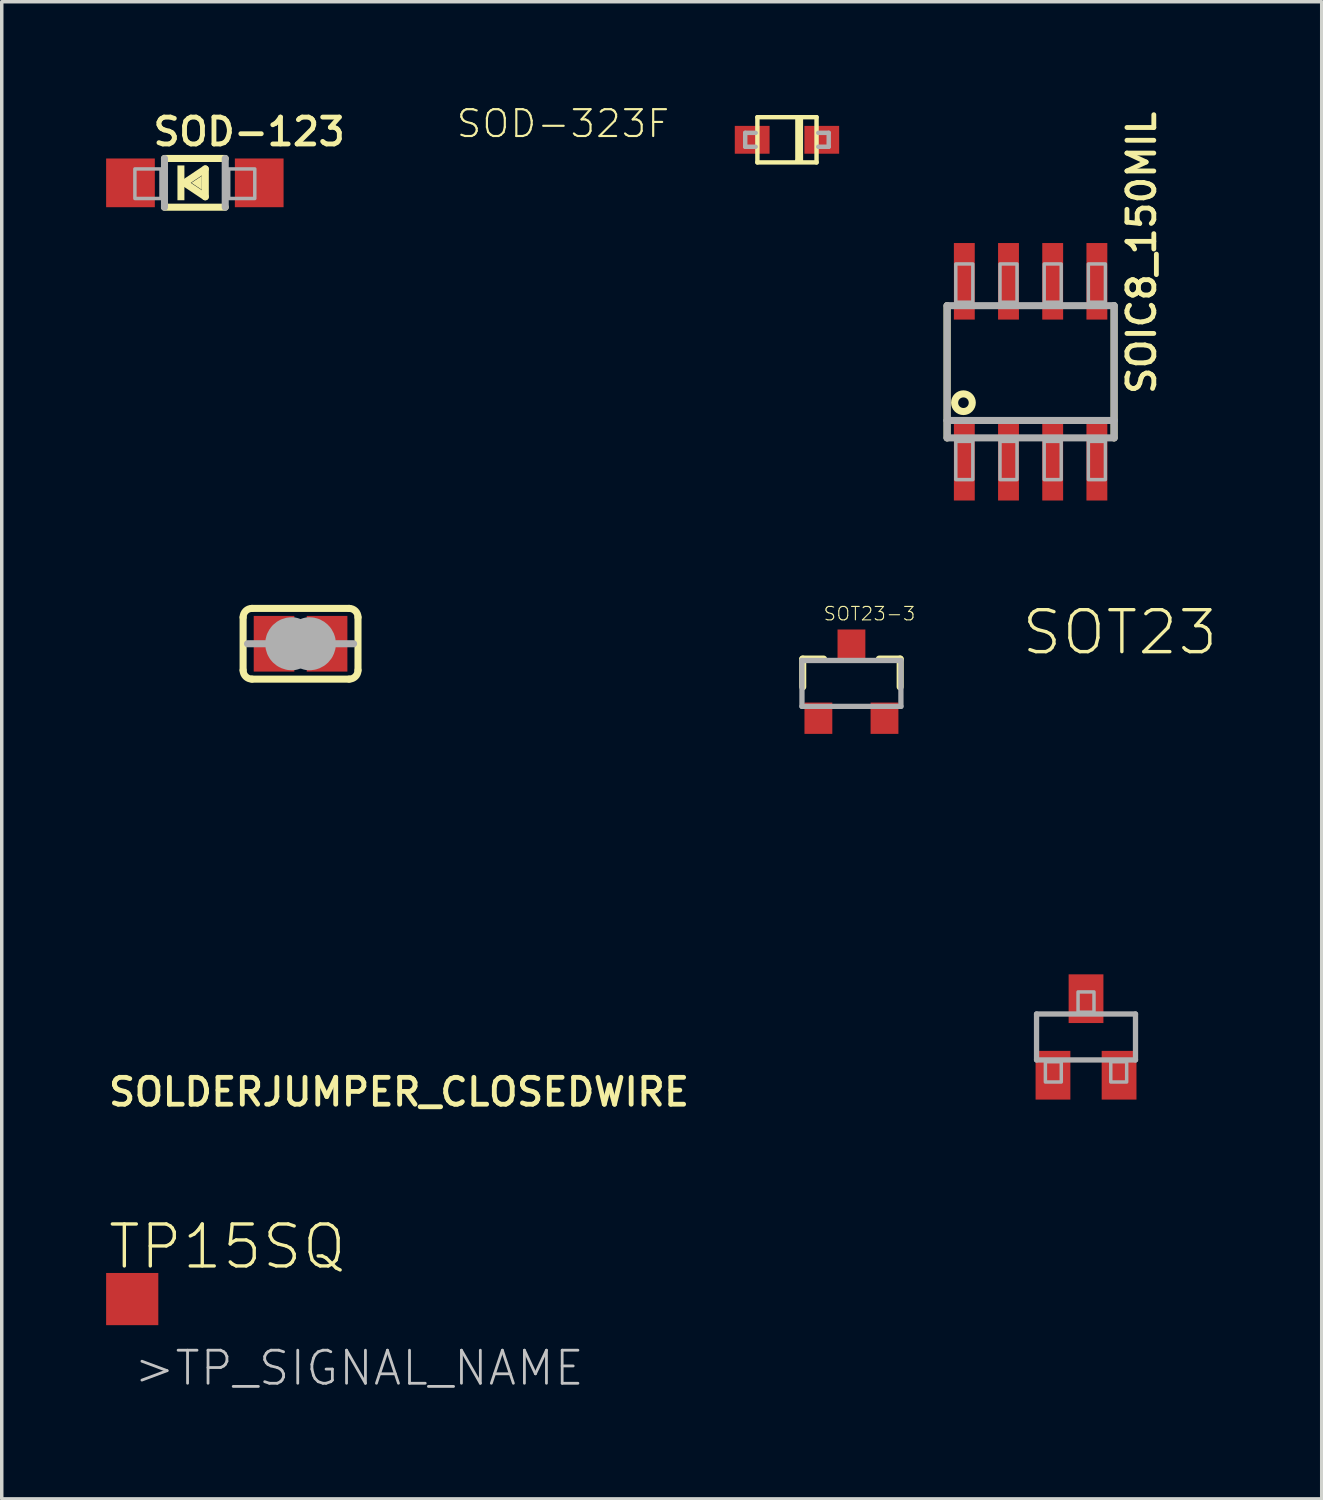
<source format=kicad_pcb>
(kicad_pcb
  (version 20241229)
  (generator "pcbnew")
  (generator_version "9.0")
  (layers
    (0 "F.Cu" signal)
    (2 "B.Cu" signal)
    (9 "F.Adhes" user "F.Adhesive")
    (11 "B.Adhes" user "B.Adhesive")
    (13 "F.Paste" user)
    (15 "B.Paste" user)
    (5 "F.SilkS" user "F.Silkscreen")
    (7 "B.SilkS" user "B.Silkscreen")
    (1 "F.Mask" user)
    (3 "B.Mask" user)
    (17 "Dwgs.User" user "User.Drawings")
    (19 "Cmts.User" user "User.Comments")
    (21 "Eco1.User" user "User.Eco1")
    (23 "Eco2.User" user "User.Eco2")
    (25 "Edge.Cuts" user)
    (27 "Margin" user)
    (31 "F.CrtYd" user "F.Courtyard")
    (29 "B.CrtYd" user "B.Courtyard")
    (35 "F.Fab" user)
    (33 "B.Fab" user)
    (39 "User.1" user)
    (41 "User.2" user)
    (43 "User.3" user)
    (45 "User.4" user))
  (footprint "TP15SQ"
    (layer "F.Cu")
    (at 0.75 34.286)
    (property "Reference" "TP15SQ" (at -0.75 -0.8 0) (layer "F.SilkS") (effects (font (size 1.206 1.206) (thickness 0.097)) (justify left bottom)))
    (attr through_hole)
    (fp_text user ">TP_SIGNAL_NAME" (at 0 2.54 0) (layer "Dwgs.User") (effects (font (size 0.95 0.95) (thickness 0.08)) (justify left bottom)))
    (pad "TP" smd rect (at 0 0) (size 1.5 1.5) (layers "F.Cu" "F.Mask")))
  (footprint "SOLDERJUMPER_CLOSEDWIRE"
    (layer "F.Cu")
    (at 5.588 15.452)
    (property "Reference" "SOLDERJUMPER_CLOSEDWIRE" (at -5.588 13.335 180) (layer "F.SilkS") (effects (font (size 0.772 0.772) (thickness 0.139)) (justify left bottom)))
    (attr through_hole)
    (fp_poly (pts (xy -1.27 -0.762) (xy 1.27 -0.762) (xy 1.27 0.762) (xy -1.27 0.762)) (stroke (width 0) (type solid)) (fill yes) (layer "F.Mask"))
    (fp_line (start -1.651 0.762) (end -1.651 -0.762) (stroke (width 0.203) (type solid)) (layer "F.SilkS"))
    (fp_line (start -1.397 -1.016) (end 1.397 -1.016) (stroke (width 0.203) (type solid)) (layer "F.SilkS"))
    (fp_line (start 1.397 1.016) (end -1.397 1.016) (stroke (width 0.203) (type solid)) (layer "F.SilkS"))
    (fp_line (start 1.651 0.762) (end 1.651 -0.762) (stroke (width 0.203) (type solid)) (layer "F.SilkS"))
    (fp_arc (start -1.651 -0.762) (mid -1.576605 -0.941605) (end -1.397 -1.016) (stroke (width 0.2032) (type solid)) (layer "F.SilkS"))
    (fp_arc (start -1.397 1.016) (mid -1.576605 0.941605) (end -1.651 0.762) (stroke (width 0.2032) (type solid)) (layer "F.SilkS"))
    (fp_arc (start 1.397 -1.016) (mid 1.576605 -0.941605) (end 1.651 -0.762) (stroke (width 0.2032) (type solid)) (layer "F.SilkS"))
    (fp_arc (start 1.651 0.762) (mid 1.576605 0.941605) (end 1.397 1.016) (stroke (width 0.2032) (type solid)) (layer "F.SilkS"))
    (fp_line (start -1.016 0) (end -1.524 0) (stroke (width 0.203) (type solid)) (layer "F.Fab"))
    (fp_line (start 1.016 0) (end 1.524 0) (stroke (width 0.203) (type solid)) (layer "F.Fab"))
    (fp_arc (start -0.254 0.127) (mid -0.381 0) (end -0.254 -0.127) (stroke (width 1.27) (type solid)) (layer "F.Fab"))
    (fp_arc (start 0.254 -0.127) (mid 0.381 0) (end 0.254 0.127) (stroke (width 1.27) (type solid)) (layer "F.Fab"))
    (pad "1" smd rect (at -0.762 0) (size 1.168 1.6) (layers "F.Cu" "F.Mask"))
    (pad "2" smd rect (at 0.762 0) (size 1.168 1.6) (layers "F.Cu" "F.Mask"))
    (pad "WIRE" smd rect (at 0 0 180) (size 0.635 0.203) (layers "F.Cu" "F.Mask")))
  (footprint "SOD-123"
    (layer "F.Cu")
    (at 2.55 2.205)
    (property "Reference" "SOD-123" (at -1.27 -1.016 0) (layer "F.SilkS") (effects (font (size 0.772 0.772) (thickness 0.139)) (justify left bottom)))
    (attr through_hole)
    (fp_line (start -0.873 -0.7) (end 0.873 -0.7) (stroke (width 0.203) (type solid)) (layer "F.SilkS"))
    (fp_line (start -0.3 0) (end 0.3 -0.4) (stroke (width 0.203) (type solid)) (layer "F.SilkS"))
    (fp_line (start 0.3 -0.4) (end 0.3 0.4) (stroke (width 0.203) (type solid)) (layer "F.SilkS"))
    (fp_line (start 0.3 0.4) (end -0.3 0) (stroke (width 0.203) (type solid)) (layer "F.SilkS"))
    (fp_line (start 0.873 0.7) (end -0.873 0.7) (stroke (width 0.203) (type solid)) (layer "F.SilkS"))
    (fp_poly (pts (xy -0.1 0) (xy 0.2 -0.2) (xy 0.2 0.2)) (stroke (width 0) (type solid)) (fill yes) (layer "F.SilkS"))
    (fp_poly (pts (xy -0.5 0.5) (xy -0.3 0.5) (xy -0.3 -0.5) (xy -0.5 -0.5)) (stroke (width 0) (type solid)) (fill yes) (layer "F.SilkS"))
    (fp_line (start -0.873 0.7) (end -0.873 -0.7) (stroke (width 0.203) (type solid)) (layer "F.Fab"))
    (fp_line (start 0.873 -0.7) (end 0.873 0.7) (stroke (width 0.203) (type solid)) (layer "F.Fab"))
    (fp_poly (pts (xy -1.723 0.45) (xy -0.973 0.45) (xy -0.973 -0.4) (xy -1.723 -0.4)) (stroke (width 0.1) (type solid)) (fill no) (layer "F.Fab"))
    (fp_poly (pts (xy 0.973 0.45) (xy 1.723 0.45) (xy 1.723 -0.4) (xy 0.973 -0.4)) (stroke (width 0.1) (type solid)) (fill no) (layer "F.Fab"))
    (pad "A" smd rect (at 1.85 0 90) (size 1.4 1.4) (layers "F.Cu" "F.Mask" "F.Paste"))
    (pad "C" smd rect (at -1.85 0 90) (size 1.4 1.4) (layers "F.Cu" "F.Mask" "F.Paste")))
  (footprint "SOT23-3"
    (layer "F.Cu")
    (at 21.421 16.592)
    (property "Reference" "SOT23-3" (at -0.826 -1.778 0) (layer "F.SilkS") (effects (font (size 0.386 0.386) (thickness 0.031)) (justify left bottom)))
    (attr through_hole)
    (fp_line (start -1.4 -0.7) (end -1.4 0.1) (stroke (width 0.203) (type solid)) (layer "F.SilkS"))
    (fp_line (start -0.8 -0.7) (end -1.4 -0.7) (stroke (width 0.203) (type solid)) (layer "F.SilkS"))
    (fp_line (start 0.8 -0.7) (end 1.4 -0.7) (stroke (width 0.203) (type solid)) (layer "F.SilkS"))
    (fp_line (start 1.4 -0.7) (end 1.4 0.1) (stroke (width 0.203) (type solid)) (layer "F.SilkS"))
    (fp_line (start -1.422 -0.66) (end 1.422 -0.66) (stroke (width 0.152) (type solid)) (layer "F.Fab"))
    (fp_line (start -1.422 0.66) (end -1.422 -0.66) (stroke (width 0.152) (type solid)) (layer "F.Fab"))
    (fp_line (start 1.422 -0.66) (end 1.422 0.66) (stroke (width 0.152) (type solid)) (layer "F.Fab"))
    (fp_line (start 1.422 0.66) (end -1.422 0.66) (stroke (width 0.152) (type solid)) (layer "F.Fab"))
    (pad "1" smd rect (at -0.95 1) (size 0.8 0.9) (layers "F.Cu" "F.Mask" "F.Paste"))
    (pad "2" smd rect (at 0.95 1) (size 0.8 0.9) (layers "F.Cu" "F.Mask" "F.Paste"))
    (pad "3" smd rect (at 0 -1.1) (size 0.8 0.9) (layers "F.Cu" "F.Mask" "F.Paste")))
  (footprint "SOD-323F"
    (layer "F.Cu")
    (at 19.568 0.968)
    (property "Reference" "SOD-323F" (at -9.547 -0.011 0) (layer "F.SilkS") (effects (font (size 0.772 0.772) (thickness 0.062)) (justify left bottom)))
    (attr through_hole)
    (fp_line (start -0.85 -0.65) (end 0.85 -0.65) (stroke (width 0.127) (type solid)) (layer "F.SilkS"))
    (fp_line (start -0.85 0.65) (end -0.85 -0.65) (stroke (width 0.127) (type solid)) (layer "F.SilkS"))
    (fp_line (start 0.3 0.6) (end 0.3 -0.6) (stroke (width 0.127) (type solid)) (layer "F.SilkS"))
    (fp_line (start 0.4 -0.6) (end 0.4 0.6) (stroke (width 0.127) (type solid)) (layer "F.SilkS"))
    (fp_line (start 0.4 0.6) (end 0.3 0.6) (stroke (width 0.127) (type solid)) (layer "F.SilkS"))
    (fp_line (start 0.85 -0.65) (end 0.85 0.65) (stroke (width 0.127) (type solid)) (layer "F.SilkS"))
    (fp_line (start 0.85 0.65) (end -0.85 0.65) (stroke (width 0.127) (type solid)) (layer "F.SilkS"))
    (fp_line (start -1.2 -0.2) (end -1.2 0.2) (stroke (width 0.127) (type solid)) (layer "F.Fab"))
    (fp_line (start -1.2 0.2) (end -0.9 0.2) (stroke (width 0.127) (type solid)) (layer "F.Fab"))
    (fp_line (start -0.9 -0.2) (end -1.2 -0.2) (stroke (width 0.127) (type solid)) (layer "F.Fab"))
    (fp_line (start 0.9 -0.2) (end 1.2 -0.2) (stroke (width 0.127) (type solid)) (layer "F.Fab"))
    (fp_line (start 1.2 -0.2) (end 1.2 0.2) (stroke (width 0.127) (type solid)) (layer "F.Fab"))
    (fp_line (start 1.2 0.2) (end 0.9 0.2) (stroke (width 0.127) (type solid)) (layer "F.Fab"))
    (pad "A" smd rect (at -1 0) (size 1 0.8) (layers "F.Cu" "F.Mask" "F.Paste"))
    (pad "C" smd rect (at 1 0) (size 1 0.8) (layers "F.Cu" "F.Mask" "F.Paste")))
  (footprint "SOT23"
    (layer "F.Cu")
    (at 28.163 26.753)
    (property "Reference" "SOT23" (at -1.905 -10.922 0) (layer "F.SilkS") (effects (font (size 1.206 1.206) (thickness 0.097)) (justify left bottom)))
    (attr through_hole)
    (fp_line (start -1.422 -0.66) (end 1.422 -0.66) (stroke (width 0.152) (type solid)) (layer "F.Fab"))
    (fp_line (start -1.422 0.66) (end -1.422 -0.66) (stroke (width 0.152) (type solid)) (layer "F.Fab"))
    (fp_line (start 1.422 -0.66) (end 1.422 0.66) (stroke (width 0.152) (type solid)) (layer "F.Fab"))
    (fp_line (start 1.422 0.66) (end -1.422 0.66) (stroke (width 0.152) (type solid)) (layer "F.Fab"))
    (fp_poly (pts (xy -1.168 1.295) (xy -0.711 1.295) (xy -0.711 0.711) (xy -1.168 0.711)) (stroke (width 0.1) (type solid)) (fill no) (layer "F.Fab"))
    (fp_poly (pts (xy -0.229 -0.711) (xy 0.229 -0.711) (xy 0.229 -1.295) (xy -0.229 -1.295)) (stroke (width 0.1) (type solid)) (fill no) (layer "F.Fab"))
    (fp_poly (pts (xy 0.711 1.295) (xy 1.168 1.295) (xy 1.168 0.711) (xy 0.711 0.711)) (stroke (width 0.1) (type solid)) (fill no) (layer "F.Fab"))
    (pad "1" smd rect (at -0.95 1.1) (size 1 1.4) (layers "F.Cu" "F.Mask" "F.Paste"))
    (pad "2" smd rect (at 0.95 1.1) (size 1 1.4) (layers "F.Cu" "F.Mask" "F.Paste"))
    (pad "3" smd rect (at 0 -1.1) (size 1 1.4) (layers "F.Cu" "F.Mask" "F.Paste")))
  (footprint "SOIC8_150MIL"
    (layer "F.Cu")
    (at 26.57 7.635)
    (property "Reference" "SOIC8_150MIL" (at 3.643 0.717 270) (layer "F.SilkS") (effects (font (size 0.772 0.772) (thickness 0.139)) (justify left bottom)))
    (attr through_hole)
    (fp_line (start -2.4 1.9) (end -2.4 -1.9) (stroke (width 0.203) (type solid)) (layer "F.SilkS"))
    (fp_line (start 2.4 -1.9) (end 2.4 1.9) (stroke (width 0.203) (type solid)) (layer "F.SilkS"))
    (fp_circle (center -1.93 0.889) (end -1.676 0.889) (stroke (width 0.203) (type solid)) (fill no) (layer "F.SilkS"))
    (fp_line (start -2.4 -1.9) (end 2.4 -1.9) (stroke (width 0.203) (type solid)) (layer "F.Fab"))
    (fp_line (start -2.4 1.4) (end -2.4 -1.9) (stroke (width 0.203) (type solid)) (layer "F.Fab"))
    (fp_line (start -2.4 1.9) (end -2.4 1.4) (stroke (width 0.203) (type solid)) (layer "F.Fab"))
    (fp_line (start 2.4 -1.9) (end 2.4 1.4) (stroke (width 0.203) (type solid)) (layer "F.Fab"))
    (fp_line (start 2.4 1.4) (end -2.4 1.4) (stroke (width 0.203) (type solid)) (layer "F.Fab"))
    (fp_line (start 2.4 1.4) (end 2.4 1.9) (stroke (width 0.203) (type solid)) (layer "F.Fab"))
    (fp_line (start 2.4 1.9) (end -2.4 1.9) (stroke (width 0.203) (type solid)) (layer "F.Fab"))
    (fp_poly (pts (xy -2.15 -2) (xy -1.66 -2) (xy -1.66 -3.1) (xy -2.15 -3.1)) (stroke (width 0.1) (type solid)) (fill no) (layer "F.Fab"))
    (fp_poly (pts (xy -2.15 3.1) (xy -1.66 3.1) (xy -1.66 2) (xy -2.15 2)) (stroke (width 0.1) (type solid)) (fill no) (layer "F.Fab"))
    (fp_poly (pts (xy -0.88 -2) (xy -0.39 -2) (xy -0.39 -3.1) (xy -0.88 -3.1)) (stroke (width 0.1) (type solid)) (fill no) (layer "F.Fab"))
    (fp_poly (pts (xy -0.88 3.1) (xy -0.39 3.1) (xy -0.39 2) (xy -0.88 2)) (stroke (width 0.1) (type solid)) (fill no) (layer "F.Fab"))
    (fp_poly (pts (xy 0.39 -2) (xy 0.88 -2) (xy 0.88 -3.1) (xy 0.39 -3.1)) (stroke (width 0.1) (type solid)) (fill no) (layer "F.Fab"))
    (fp_poly (pts (xy 0.39 3.1) (xy 0.88 3.1) (xy 0.88 2) (xy 0.39 2)) (stroke (width 0.1) (type solid)) (fill no) (layer "F.Fab"))
    (fp_poly (pts (xy 1.66 -2) (xy 2.15 -2) (xy 2.15 -3.1) (xy 1.66 -3.1)) (stroke (width 0.1) (type solid)) (fill no) (layer "F.Fab"))
    (fp_poly (pts (xy 1.66 3.1) (xy 2.15 3.1) (xy 2.15 2) (xy 1.66 2)) (stroke (width 0.1) (type solid)) (fill no) (layer "F.Fab"))
    (pad "1" smd rect (at -1.905 2.6) (size 0.6 2.2) (layers "F.Cu" "F.Mask" "F.Paste"))
    (pad "2" smd rect (at -0.635 2.6) (size 0.6 2.2) (layers "F.Cu" "F.Mask" "F.Paste"))
    (pad "3" smd rect (at 0.635 2.6) (size 0.6 2.2) (layers "F.Cu" "F.Mask" "F.Paste"))
    (pad "4" smd rect (at 1.905 2.6) (size 0.6 2.2) (layers "F.Cu" "F.Mask" "F.Paste"))
    (pad "5" smd rect (at 1.905 -2.6) (size 0.6 2.2) (layers "F.Cu" "F.Mask" "F.Paste"))
    (pad "6" smd rect (at 0.635 -2.6) (size 0.6 2.2) (layers "F.Cu" "F.Mask" "F.Paste"))
    (pad "7" smd rect (at -0.635 -2.6) (size 0.6 2.2) (layers "F.Cu" "F.Mask" "F.Paste"))
    (pad "8" smd rect (at -1.905 -2.6) (size 0.6 2.2) (layers "F.Cu" "F.Mask" "F.Paste")))
  (gr_rect
    (start -3 -3)
    (end 34.937 40.028)
    (stroke (width 0.1) (type default))
    (fill no)
    (layer "Edge.Cuts")))
</source>
